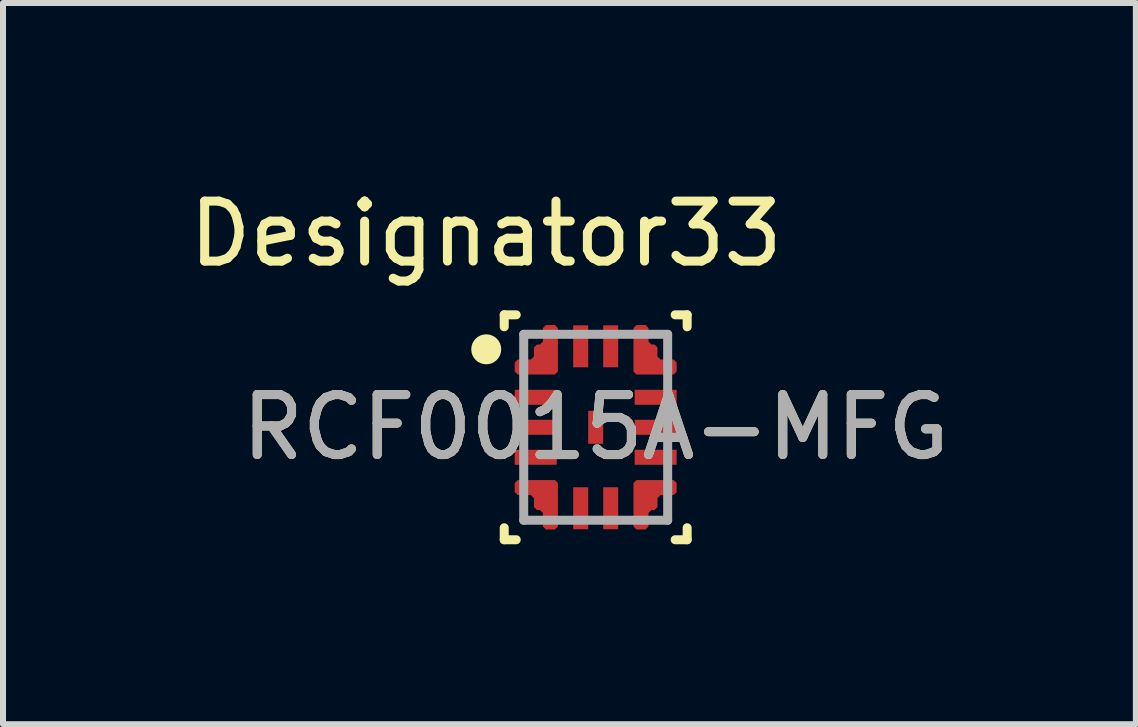
<source format=kicad_pcb>
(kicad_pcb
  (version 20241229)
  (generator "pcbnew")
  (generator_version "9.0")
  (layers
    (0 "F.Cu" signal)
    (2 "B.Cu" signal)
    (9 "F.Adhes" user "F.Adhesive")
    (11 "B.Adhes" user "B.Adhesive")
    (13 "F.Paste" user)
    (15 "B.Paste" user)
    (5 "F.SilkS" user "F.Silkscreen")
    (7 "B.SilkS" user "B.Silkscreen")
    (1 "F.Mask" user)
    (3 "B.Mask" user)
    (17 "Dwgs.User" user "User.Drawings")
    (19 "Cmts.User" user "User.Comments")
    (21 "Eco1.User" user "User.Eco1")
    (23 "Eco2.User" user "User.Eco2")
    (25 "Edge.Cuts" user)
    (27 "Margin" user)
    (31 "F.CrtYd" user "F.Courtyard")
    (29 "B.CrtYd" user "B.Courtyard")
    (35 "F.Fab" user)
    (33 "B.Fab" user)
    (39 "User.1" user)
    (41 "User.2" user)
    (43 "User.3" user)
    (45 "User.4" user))
  (footprint "RCF0015A-MFG"
    (layer "F.Cu")
    (at 6.882 4.074)
    (property "Reference" "RCF0015A-MFG" (at 0 0 0) (unlocked yes) (layer "F.SilkS") (effects (font (size 1 1) (thickness 0.15))))
    (attr smd)
    (fp_poly (pts (xy -1.3 -0.88) (xy -1.35 -0.93) (xy -1.35 -1.08) (xy -1.3 -1.13) (xy -1.08 -1.13) (xy -1.03 -1.18) (xy -1.03 -1.33) (xy -0.98 -1.38) (xy -0.93 -1.38) (xy -0.88 -1.43) (xy -0.88 -1.655) (xy -0.83 -1.705) (xy -0.68 -1.705) (xy -0.63 -1.655) (xy -0.63 -0.93) (xy -0.68 -0.88)) (stroke (width 0) (type solid)) (fill yes) (layer "F.Cu"))
    (fp_poly (pts (xy -1.3 0.88) (xy -1.35 0.93) (xy -1.35 1.08) (xy -1.3 1.13) (xy -1.08 1.13) (xy -1.03 1.18) (xy -1.03 1.33) (xy -0.98 1.38) (xy -0.93 1.38) (xy -0.88 1.43) (xy -0.88 1.655) (xy -0.83 1.705) (xy -0.68 1.705) (xy -0.63 1.655) (xy -0.63 0.93) (xy -0.68 0.88)) (stroke (width 0) (type solid)) (fill yes) (layer "F.Cu"))
    (fp_poly (pts (xy 1.3 -0.88) (xy 1.35 -0.93) (xy 1.35 -1.08) (xy 1.3 -1.13) (xy 1.08 -1.13) (xy 1.03 -1.18) (xy 1.03 -1.33) (xy 0.98 -1.38) (xy 0.93 -1.38) (xy 0.88 -1.43) (xy 0.88 -1.655) (xy 0.83 -1.705) (xy 0.68 -1.705) (xy 0.63 -1.655) (xy 0.63 -0.93) (xy 0.68 -0.88)) (stroke (width 0) (type solid)) (fill yes) (layer "F.Cu"))
    (fp_poly (pts (xy 1.3 0.88) (xy 1.35 0.93) (xy 1.35 1.08) (xy 1.3 1.13) (xy 1.08 1.13) (xy 1.03 1.18) (xy 1.03 1.33) (xy 0.98 1.38) (xy 0.93 1.38) (xy 0.88 1.43) (xy 0.88 1.655) (xy 0.83 1.705) (xy 0.68 1.705) (xy 0.63 1.655) (xy 0.63 0.93) (xy 0.68 0.88)) (stroke (width 0) (type solid)) (fill yes) (layer "F.Cu"))
    (fp_poly (pts (xy -1.3 -0.88) (xy -1.35 -0.93) (xy -1.35 -1.08) (xy -1.3 -1.13) (xy -1.08 -1.13) (xy -1.03 -1.18) (xy -1.03 -1.33) (xy -0.98 -1.38) (xy -0.93 -1.38) (xy -0.88 -1.43) (xy -0.88 -1.655) (xy -0.83 -1.705) (xy -0.68 -1.705) (xy -0.63 -1.655) (xy -0.63 -0.93) (xy -0.68 -0.88)) (stroke (width 0) (type solid)) (fill yes) (layer "F.Mask"))
    (fp_poly (pts (xy -1.3 0.88) (xy -1.35 0.93) (xy -1.35 1.08) (xy -1.3 1.13) (xy -1.08 1.13) (xy -1.03 1.18) (xy -1.03 1.33) (xy -0.98 1.38) (xy -0.93 1.38) (xy -0.88 1.43) (xy -0.88 1.655) (xy -0.83 1.705) (xy -0.68 1.705) (xy -0.63 1.655) (xy -0.63 0.93) (xy -0.68 0.88)) (stroke (width 0) (type solid)) (fill yes) (layer "F.Mask"))
    (fp_poly (pts (xy 1.3 -0.88) (xy 1.35 -0.93) (xy 1.35 -1.08) (xy 1.3 -1.13) (xy 1.08 -1.13) (xy 1.03 -1.18) (xy 1.03 -1.33) (xy 0.98 -1.38) (xy 0.93 -1.38) (xy 0.88 -1.43) (xy 0.88 -1.655) (xy 0.83 -1.705) (xy 0.68 -1.705) (xy 0.63 -1.655) (xy 0.63 -0.93) (xy 0.68 -0.88)) (stroke (width 0) (type solid)) (fill yes) (layer "F.Mask"))
    (fp_poly (pts (xy 1.3 0.88) (xy 1.35 0.93) (xy 1.35 1.08) (xy 1.3 1.13) (xy 1.08 1.13) (xy 1.03 1.18) (xy 1.03 1.33) (xy 0.98 1.38) (xy 0.93 1.38) (xy 0.88 1.43) (xy 0.88 1.655) (xy 0.83 1.705) (xy 0.68 1.705) (xy 0.63 1.655) (xy 0.63 0.93) (xy 0.68 0.88)) (stroke (width 0) (type solid)) (fill yes) (layer "F.Mask"))
    (fp_line (start -1.525 -1.875) (end -1.325 -1.875) (stroke (width 0.15) (type solid)) (layer "F.SilkS"))
    (fp_line (start -1.525 -1.675) (end -1.525 -1.875) (stroke (width 0.15) (type solid)) (layer "F.SilkS"))
    (fp_line (start -1.525 1.875) (end -1.525 1.675) (stroke (width 0.15) (type solid)) (layer "F.SilkS"))
    (fp_line (start -1.525 1.875) (end -1.325 1.875) (stroke (width 0.15) (type solid)) (layer "F.SilkS"))
    (fp_line (start 1.325 -1.875) (end 1.525 -1.875) (stroke (width 0.15) (type solid)) (layer "F.SilkS"))
    (fp_line (start 1.325 1.875) (end 1.525 1.875) (stroke (width 0.15) (type solid)) (layer "F.SilkS"))
    (fp_line (start 1.525 -1.675) (end 1.525 -1.875) (stroke (width 0.15) (type solid)) (layer "F.SilkS"))
    (fp_line (start 1.525 1.875) (end 1.525 1.675) (stroke (width 0.15) (type solid)) (layer "F.SilkS"))
    (fp_circle (center -1.825 -1.3) (end -1.7 -1.3) (stroke (width 0.25) (type solid)) (fill no) (layer "F.SilkS"))
    (fp_poly (pts (xy -1.3 -0.88) (xy -1.35 -0.93) (xy -1.35 -1.08) (xy -1.3 -1.13) (xy -1.08 -1.13) (xy -1.03 -1.18) (xy -1.03 -1.33) (xy -0.98 -1.38) (xy -0.93 -1.38) (xy -0.88 -1.43) (xy -0.88 -1.655) (xy -0.83 -1.705) (xy -0.68 -1.705) (xy -0.63 -1.655) (xy -0.63 -0.93) (xy -0.68 -0.88)) (stroke (width 0) (type solid)) (fill yes) (layer "F.Paste"))
    (fp_poly (pts (xy -1.3 0.88) (xy -1.35 0.93) (xy -1.35 1.08) (xy -1.3 1.13) (xy -1.08 1.13) (xy -1.03 1.18) (xy -1.03 1.33) (xy -0.98 1.38) (xy -0.93 1.38) (xy -0.88 1.43) (xy -0.88 1.655) (xy -0.83 1.705) (xy -0.68 1.705) (xy -0.63 1.655) (xy -0.63 0.93) (xy -0.68 0.88)) (stroke (width 0) (type solid)) (fill yes) (layer "F.Paste"))
    (fp_poly (pts (xy 1.3 -0.88) (xy 1.35 -0.93) (xy 1.35 -1.08) (xy 1.3 -1.13) (xy 1.08 -1.13) (xy 1.03 -1.18) (xy 1.03 -1.33) (xy 0.98 -1.38) (xy 0.93 -1.38) (xy 0.88 -1.43) (xy 0.88 -1.655) (xy 0.83 -1.705) (xy 0.68 -1.705) (xy 0.63 -1.655) (xy 0.63 -0.93) (xy 0.68 -0.88)) (stroke (width 0) (type solid)) (fill yes) (layer "F.Paste"))
    (fp_poly (pts (xy 1.3 0.88) (xy 1.35 0.93) (xy 1.35 1.08) (xy 1.3 1.13) (xy 1.08 1.13) (xy 1.03 1.18) (xy 1.03 1.33) (xy 0.98 1.38) (xy 0.93 1.38) (xy 0.88 1.43) (xy 0.88 1.655) (xy 0.83 1.705) (xy 0.68 1.705) (xy 0.63 1.655) (xy 0.63 0.93) (xy 0.68 0.88)) (stroke (width 0) (type solid)) (fill yes) (layer "F.Paste"))
    (fp_line (start -1.2 -1.55) (end 1.2 -1.55) (stroke (width 0.15) (type solid)) (layer "F.Fab"))
    (fp_line (start -1.2 1.55) (end -1.2 -1.55) (stroke (width 0.15) (type solid)) (layer "F.Fab"))
    (fp_line (start -1.2 1.55) (end 1.2 1.55) (stroke (width 0.15) (type solid)) (layer "F.Fab"))
    (fp_line (start 1.2 1.55) (end 1.2 -1.55) (stroke (width 0.15) (type solid)) (layer "F.Fab"))
    (fp_text user "Designator33" (at -1.829 -3.226 0) (unlocked yes) (layer "F.SilkS") (effects (font (size 1 1) (thickness 0.15))))
    (fp_text user "${REFERENCE}" (at 0 0 0) (unlocked yes) (layer "F.Fab") (effects (font (size 1 1) (thickness 0.15))))
    (pad "1" smd circle (at -0.81 -1.06) (size 0.324 0.324) (layers "F.Cu" "F.Mask" "F.Paste"))
    (pad "2" smd rect (at -1 -0.5 90) (size 0.25 0.7) (layers "F.Cu" "F.Mask" "F.Paste"))
    (pad "3" smd rect (at -1 0 90) (size 0.25 0.7) (layers "F.Cu" "F.Mask" "F.Paste"))
    (pad "4" smd rect (at -1 0.5 90) (size 0.25 0.7) (layers "F.Cu" "F.Mask" "F.Paste"))
    (pad "5" smd circle (at -0.855 1.12) (size 0.324 0.324) (layers "F.Cu" "F.Mask" "F.Paste"))
    (pad "6" smd rect (at -0.25 1.35) (size 0.25 0.7) (layers "F.Cu" "F.Mask" "F.Paste"))
    (pad "7" smd rect (at 0.25 1.35) (size 0.25 0.7) (layers "F.Cu" "F.Mask" "F.Paste"))
    (pad "8" smd circle (at 0.855 1.12) (size 0.324 0.324) (layers "F.Cu" "F.Mask" "F.Paste"))
    (pad "9" smd rect (at 1 0.5 90) (size 0.25 0.7) (layers "F.Cu" "F.Mask" "F.Paste"))
    (pad "10" smd rect (at 1 0 90) (size 0.25 0.7) (layers "F.Cu" "F.Mask" "F.Paste"))
    (pad "11" smd rect (at 1 -0.5 90) (size 0.25 0.7) (layers "F.Cu" "F.Mask" "F.Paste"))
    (pad "12" smd circle (at 0.81 -1.06) (size 0.324 0.324) (layers "F.Cu" "F.Mask" "F.Paste"))
    (pad "13" smd rect (at 0.25 -1.35) (size 0.25 0.7) (layers "F.Cu" "F.Mask" "F.Paste"))
    (pad "14" smd rect (at -0.25 -1.35) (size 0.25 0.7) (layers "F.Cu" "F.Mask" "F.Paste"))
    (pad "15" smd rect (at 0 0) (size 0.25 0.55) (layers "F.Cu" "F.Mask" "F.Paste")))
  (gr_rect
    (start -3 -3)
    (end 15.888 9.024)
    (stroke (width 0.1) (type default))
    (fill no)
    (layer "Edge.Cuts")))
</source>
